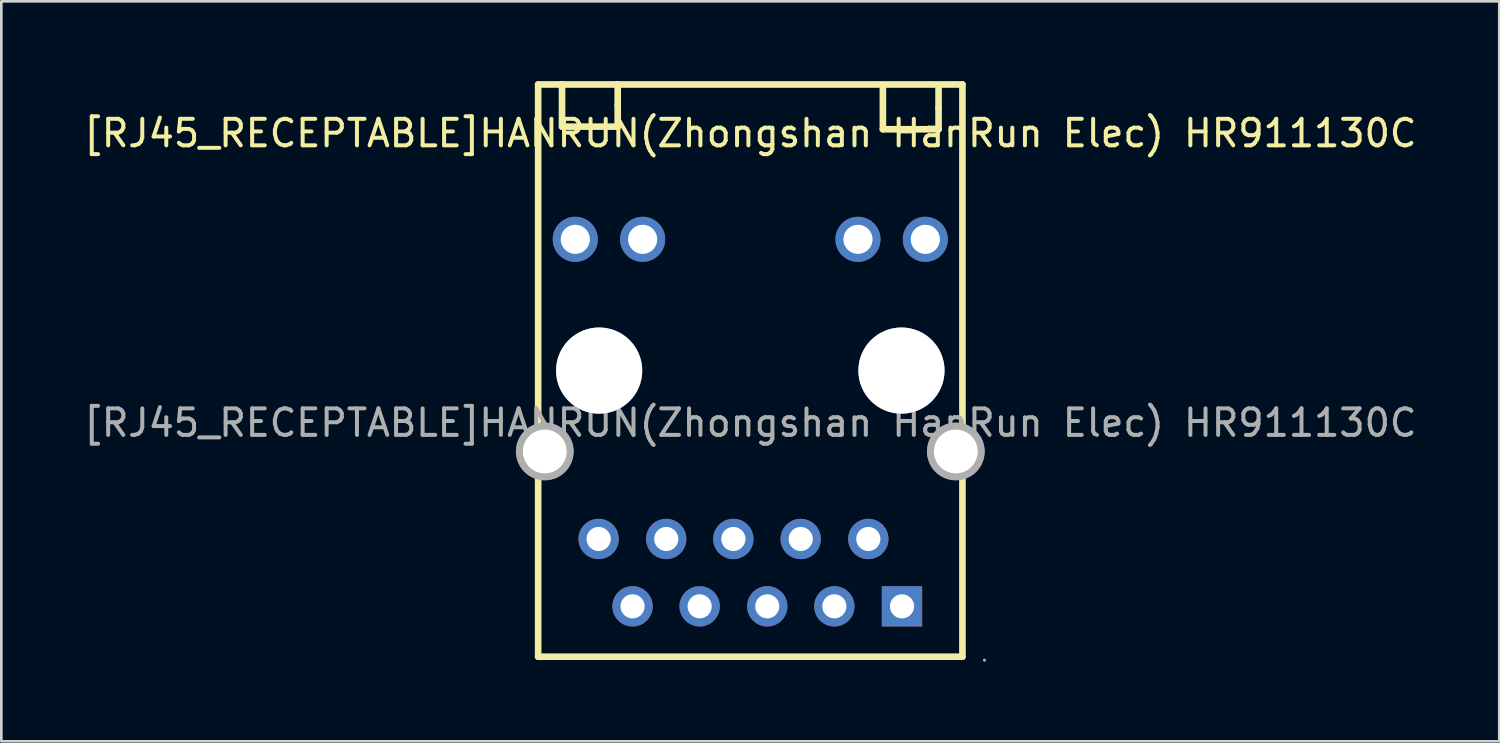
<source format=kicad_pcb>
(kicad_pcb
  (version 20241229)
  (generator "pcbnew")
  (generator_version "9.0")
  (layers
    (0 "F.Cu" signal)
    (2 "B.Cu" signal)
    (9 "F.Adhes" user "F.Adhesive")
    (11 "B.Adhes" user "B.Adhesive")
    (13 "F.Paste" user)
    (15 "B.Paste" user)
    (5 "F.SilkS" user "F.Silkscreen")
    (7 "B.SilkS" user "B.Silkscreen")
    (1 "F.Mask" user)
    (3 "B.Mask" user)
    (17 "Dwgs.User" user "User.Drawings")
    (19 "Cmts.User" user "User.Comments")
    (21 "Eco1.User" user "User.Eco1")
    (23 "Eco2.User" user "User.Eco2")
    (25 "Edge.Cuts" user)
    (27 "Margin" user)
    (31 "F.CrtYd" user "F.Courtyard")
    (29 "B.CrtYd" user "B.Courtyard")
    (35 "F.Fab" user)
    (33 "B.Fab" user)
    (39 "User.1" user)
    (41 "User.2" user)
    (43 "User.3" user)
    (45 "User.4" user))
  (footprint "[RJ45_RECEPTABLE]HANRUN(Zhongshan HanRun Elec) HR911130C"
    (layer "F.Cu")
    (at 25.244 12.895)
    (property "Reference" "[RJ45_RECEPTABLE]HANRUN(Zhongshan HanRun Elec) HR911130C" (at 0 -10.92 0) (layer "F.SilkS") (effects (font (size 1 1) (thickness 0.15))))
    (attr through_hole)
    (fp_line (start -8 -12.76) (end 8 -12.76) (stroke (width 0.25) (type solid)) (layer "F.SilkS"))
    (fp_line (start -8 8.82) (end -8 -12.76) (stroke (width 0.25) (type solid)) (layer "F.SilkS"))
    (fp_line (start -7.1 -12.77) (end -7.1 -11.17) (stroke (width 0.25) (type solid)) (layer "F.SilkS"))
    (fp_line (start -7.1 -11.17) (end -5 -11.17) (stroke (width 0.25) (type solid)) (layer "F.SilkS"))
    (fp_line (start -5 -11.97) (end -5 -12.77) (stroke (width 0.25) (type solid)) (layer "F.SilkS"))
    (fp_line (start -5 -11.17) (end -5 -11.97) (stroke (width 0.25) (type solid)) (layer "F.SilkS"))
    (fp_line (start 5 -12.67) (end 5 -11.07) (stroke (width 0.25) (type solid)) (layer "F.SilkS"))
    (fp_line (start 5 -11.07) (end 7.1 -11.07) (stroke (width 0.25) (type solid)) (layer "F.SilkS"))
    (fp_line (start 7.1 -11.87) (end 7.1 -12.67) (stroke (width 0.25) (type solid)) (layer "F.SilkS"))
    (fp_line (start 7.1 -11.07) (end 7.1 -11.87) (stroke (width 0.25) (type solid)) (layer "F.SilkS"))
    (fp_line (start 8 -12.76) (end 8 8.82) (stroke (width 0.25) (type solid)) (layer "F.SilkS"))
    (fp_line (start 8 8.82) (end -8 8.82) (stroke (width 0.25) (type solid)) (layer "F.SilkS"))
    (fp_circle (center -7.75 1.08) (end -7.39 1.08) (stroke (width 0.73) (type solid)) (fill no) (layer "F.Fab"))
    (fp_circle (center -6.6 -6.92) (end -6.37 -6.92) (stroke (width 0.45) (type solid)) (fill no) (layer "F.Fab"))
    (fp_circle (center -5.7 -1.97) (end -4.94 -1.97) (stroke (width 1.52) (type solid)) (fill no) (layer "F.Fab"))
    (fp_circle (center -5.61 4.38) (end -5.43 4.38) (stroke (width 0.35) (type solid)) (fill no) (layer "F.Fab"))
    (fp_circle (center -4.44 6.92) (end -4.26 6.92) (stroke (width 0.35) (type solid)) (fill no) (layer "F.Fab"))
    (fp_circle (center -4.06 -6.92) (end -3.83 -6.92) (stroke (width 0.45) (type solid)) (fill no) (layer "F.Fab"))
    (fp_circle (center -3.07 4.38) (end -2.89 4.38) (stroke (width 0.35) (type solid)) (fill no) (layer "F.Fab"))
    (fp_circle (center -1.9 6.92) (end -1.72 6.92) (stroke (width 0.35) (type solid)) (fill no) (layer "F.Fab"))
    (fp_circle (center -0.53 4.38) (end -0.35 4.38) (stroke (width 0.35) (type solid)) (fill no) (layer "F.Fab"))
    (fp_circle (center 0.64 6.92) (end 0.82 6.92) (stroke (width 0.35) (type solid)) (fill no) (layer "F.Fab"))
    (fp_circle (center 2.01 4.38) (end 2.19 4.38) (stroke (width 0.35) (type solid)) (fill no) (layer "F.Fab"))
    (fp_circle (center 3.18 6.92) (end 3.36 6.92) (stroke (width 0.35) (type solid)) (fill no) (layer "F.Fab"))
    (fp_circle (center 4.06 -6.92) (end 4.29 -6.92) (stroke (width 0.45) (type solid)) (fill no) (layer "F.Fab"))
    (fp_circle (center 4.55 4.38) (end 4.73 4.38) (stroke (width 0.35) (type solid)) (fill no) (layer "F.Fab"))
    (fp_circle (center 5.7 -1.97) (end 6.46 -1.97) (stroke (width 1.52) (type solid)) (fill no) (layer "F.Fab"))
    (fp_circle (center 5.83 6.92) (end 6.01 6.92) (stroke (width 0.35) (type solid)) (fill no) (layer "F.Fab"))
    (fp_circle (center 6.6 -6.92) (end 6.83 -6.92) (stroke (width 0.45) (type solid)) (fill no) (layer "F.Fab"))
    (fp_circle (center 7.75 1.08) (end 8.11 1.08) (stroke (width 0.73) (type solid)) (fill no) (layer "F.Fab"))
    (fp_circle (center 8.83 8.95) (end 8.86 8.95) (stroke (width 0.06) (type solid)) (fill no) (layer "F.Fab"))
    (fp_text user "${REFERENCE}" (at 0 0 0) (layer "F.Fab") (effects (font (size 1 1) (thickness 0.15))))
    (pad "" thru_hole circle (at -5.7 -1.97) (size 3.25 3.25) (drill 3.25) (layers "*.Cu" "*.Mask"))
    (pad "" thru_hole circle (at 5.7 -1.97) (size 3.25 3.25) (drill 3.25) (layers "*.Cu" "*.Mask"))
    (pad "11" thru_hole circle (at 6.6 -6.92 180) (size 1.7 1.7) (drill 1.1) (layers "*.Cu" "*.Mask"))
    (pad "12" thru_hole circle (at 4.06 -6.92 180) (size 1.7 1.7) (drill 1.1) (layers "*.Cu" "*.Mask"))
    (pad "13" thru_hole circle (at -4.06 -6.92 180) (size 1.7 1.7) (drill 1.1) (layers "*.Cu" "*.Mask"))
    (pad "14" thru_hole circle (at -6.6 -6.92 180) (size 1.7 1.7) (drill 1.1) (layers "*.Cu" "*.Mask"))
    (pad "P1" thru_hole rect (at 5.72 6.92 180) (size 1.52 1.52) (drill 0.91) (layers "*.Cu" "*.Mask"))
    (pad "P2" thru_hole circle (at 4.45 4.38 180) (size 1.52 1.52) (drill 0.91) (layers "*.Cu" "*.Mask"))
    (pad "P3" thru_hole circle (at 3.17 6.92 180) (size 1.52 1.52) (drill 0.91) (layers "*.Cu" "*.Mask"))
    (pad "P4" thru_hole circle (at 1.9 4.38 180) (size 1.52 1.52) (drill 0.91) (layers "*.Cu" "*.Mask"))
    (pad "P5" thru_hole circle (at 0.64 6.92 180) (size 1.52 1.52) (drill 0.91) (layers "*.Cu" "*.Mask"))
    (pad "P6" thru_hole circle (at -0.64 4.38 180) (size 1.52 1.52) (drill 0.91) (layers "*.Cu" "*.Mask"))
    (pad "P7" thru_hole circle (at -1.91 6.92 180) (size 1.52 1.52) (drill 0.91) (layers "*.Cu" "*.Mask"))
    (pad "P8" thru_hole circle (at -3.17 4.38 180) (size 1.52 1.52) (drill 0.91) (layers "*.Cu" "*.Mask"))
    (pad "P9" thru_hole circle (at -4.44 6.92 180) (size 1.52 1.52) (drill 0.91) (layers "*.Cu" "*.Mask"))
    (pad "P10" thru_hole circle (at -5.72 4.38 180) (size 1.52 1.52) (drill 0.91) (layers "*.Cu" "*.Mask"))
    (pad "SHIELD0" thru_hole circle (at -7.75 1.08 180) (size 2.16 2.16) (drill 1.651) (layers "*.Cu" "*.Mask"))
    (pad "SHIELD1" thru_hole circle (at 7.75 1.08 180) (size 2.16 2.16) (drill 1.651) (layers "*.Cu" "*.Mask")))
  (gr_rect
    (start -3 -3)
    (end 53.488 24.905)
    (stroke (width 0.1) (type default))
    (fill no)
    (layer "Edge.Cuts")))
</source>
